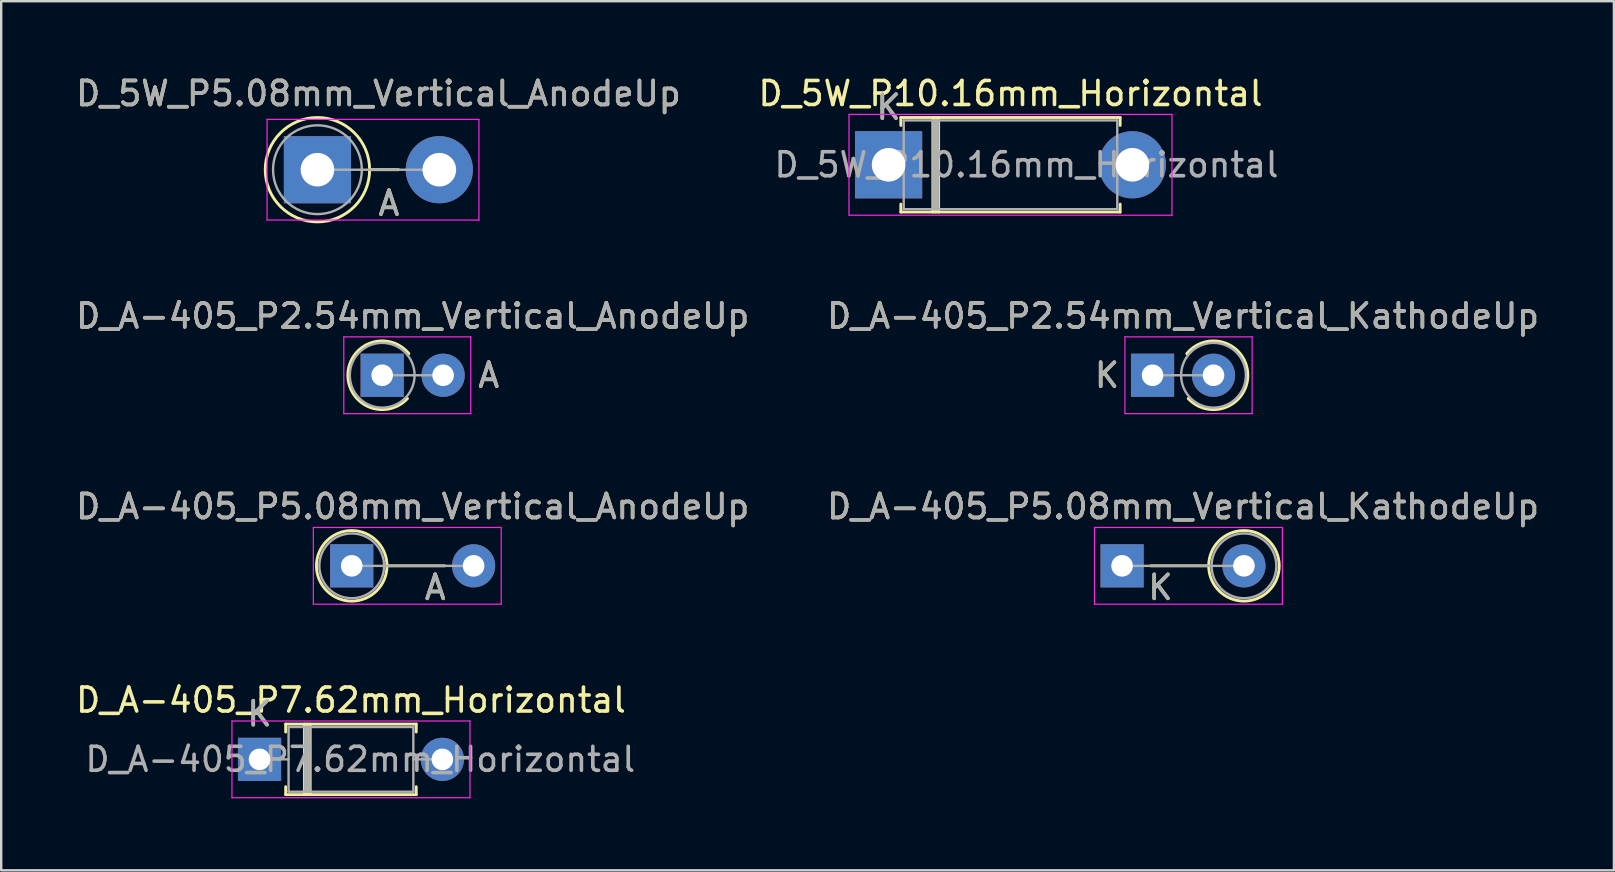
<source format=kicad_pcb>
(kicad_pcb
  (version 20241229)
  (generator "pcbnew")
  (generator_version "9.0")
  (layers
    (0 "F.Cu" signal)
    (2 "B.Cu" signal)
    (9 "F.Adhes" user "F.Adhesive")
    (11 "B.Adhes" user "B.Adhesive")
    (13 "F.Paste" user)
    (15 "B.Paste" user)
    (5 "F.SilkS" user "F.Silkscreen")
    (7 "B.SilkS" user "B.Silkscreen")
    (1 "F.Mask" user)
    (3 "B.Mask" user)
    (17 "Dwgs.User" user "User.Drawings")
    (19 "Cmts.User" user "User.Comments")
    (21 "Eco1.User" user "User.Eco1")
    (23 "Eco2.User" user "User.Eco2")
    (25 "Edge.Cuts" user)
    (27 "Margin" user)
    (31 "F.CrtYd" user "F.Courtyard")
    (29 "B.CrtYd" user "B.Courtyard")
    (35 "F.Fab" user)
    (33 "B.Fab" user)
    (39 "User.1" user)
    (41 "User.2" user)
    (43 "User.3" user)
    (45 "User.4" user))
  (footprint "D_A-405_P2.54mm_Vertical_AnodeUp"
    (layer "F.Cu")
    (at 12.879 12.59)
    (property "Reference" "D_A-405_P2.54mm_Vertical_AnodeUp" (at 1.27 -2.47 0) (layer "F.SilkS") (effects (font (size 1 1) (thickness 0.15))))
    (attr through_hole)
    (fp_arc (start 1.05385 0.968866) (mid -1.430816 -0.045469) (end 1.113239 -0.9) (stroke (width 0.12) (type solid)) (layer "F.SilkS"))
    (fp_line (start -1.6 -1.6) (end -1.6 1.6) (stroke (width 0.05) (type solid)) (layer "F.CrtYd"))
    (fp_line (start -1.6 1.6) (end 3.69 1.6) (stroke (width 0.05) (type solid)) (layer "F.CrtYd"))
    (fp_line (start 3.69 -1.6) (end -1.6 -1.6) (stroke (width 0.05) (type solid)) (layer "F.CrtYd"))
    (fp_line (start 3.69 1.6) (end 3.69 -1.6) (stroke (width 0.05) (type solid)) (layer "F.CrtYd"))
    (fp_line (start 0 0) (end 2.54 0) (stroke (width 0.1) (type solid)) (layer "F.Fab"))
    (fp_circle (center 0 0) (end 1.35 0) (stroke (width 0.1) (type solid)) (fill no) (layer "F.Fab"))
    (fp_text user "A" (at 4.44 0 0) (layer "F.SilkS") (effects (font (size 1 1) (thickness 0.15))))
    (fp_text user "A" (at 4.44 0 0) (layer "F.Fab") (effects (font (size 1 1) (thickness 0.15))))
    (fp_text user "${REFERENCE}" (at 1.27 -2.47 0) (layer "F.Fab") (effects (font (size 1 1) (thickness 0.15))))
    (pad "1" thru_hole rect (at 0 0) (size 1.8 1.8) (drill 0.9) (layers "*.Cu" "*.Mask"))
    (pad "2" thru_hole oval (at 2.54 0) (size 1.8 1.8) (drill 0.9) (layers "*.Cu" "*.Mask")))
  (footprint "D_A-405_P2.54mm_Vertical_KathodeUp"
    (layer "F.Cu")
    (at 44.986 12.59)
    (property "Reference" "D_A-405_P2.54mm_Vertical_KathodeUp" (at 1.27 -2.47 0) (layer "F.SilkS") (effects (font (size 1 1) (thickness 0.15))))
    (attr through_hole)
    (fp_arc (start 1.426761 -0.9) (mid 3.970816 -0.045469) (end 1.48615 0.968866) (stroke (width 0.12) (type solid)) (layer "F.SilkS"))
    (fp_line (start -1.15 -1.6) (end -1.15 1.6) (stroke (width 0.05) (type solid)) (layer "F.CrtYd"))
    (fp_line (start -1.15 1.6) (end 4.15 1.6) (stroke (width 0.05) (type solid)) (layer "F.CrtYd"))
    (fp_line (start 4.15 -1.6) (end -1.15 -1.6) (stroke (width 0.05) (type solid)) (layer "F.CrtYd"))
    (fp_line (start 4.15 1.6) (end 4.15 -1.6) (stroke (width 0.05) (type solid)) (layer "F.CrtYd"))
    (fp_line (start 0 0) (end 2.54 0) (stroke (width 0.1) (type solid)) (layer "F.Fab"))
    (fp_circle (center 2.54 0) (end 3.89 0) (stroke (width 0.1) (type solid)) (fill no) (layer "F.Fab"))
    (fp_text user "K" (at -1.9 0 0) (layer "F.SilkS") (effects (font (size 1 1) (thickness 0.15))))
    (fp_text user "K" (at -1.9 0 0) (layer "F.Fab") (effects (font (size 1 1) (thickness 0.15))))
    (fp_text user "${REFERENCE}" (at 1.27 -2.47 0) (layer "F.Fab") (effects (font (size 1 1) (thickness 0.15))))
    (pad "1" thru_hole rect (at 0 0) (size 1.8 1.8) (drill 0.9) (layers "*.Cu" "*.Mask"))
    (pad "2" thru_hole oval (at 2.54 0) (size 1.8 1.8) (drill 0.9) (layers "*.Cu" "*.Mask")))
  (footprint "D_5W_P10.16mm_Horizontal"
    (layer "F.Cu")
    (at 33.985 3.818)
    (property "Reference" "D_5W_P10.16mm_Horizontal" (at 5.08 -2.97 0) (layer "F.SilkS") (effects (font (size 1 1) (thickness 0.15))))
    (attr through_hole)
    (fp_line (start 0.51 -1.97) (end 9.65 -1.97) (stroke (width 0.12) (type solid)) (layer "F.SilkS"))
    (fp_line (start 0.51 -1.64) (end 0.51 -1.97) (stroke (width 0.12) (type solid)) (layer "F.SilkS"))
    (fp_line (start 0.51 1.64) (end 0.51 1.97) (stroke (width 0.12) (type solid)) (layer "F.SilkS"))
    (fp_line (start 0.51 1.97) (end 9.65 1.97) (stroke (width 0.12) (type solid)) (layer "F.SilkS"))
    (fp_line (start 1.845 -1.97) (end 1.845 1.97) (stroke (width 0.12) (type solid)) (layer "F.SilkS"))
    (fp_line (start 1.965 -1.97) (end 1.965 1.97) (stroke (width 0.12) (type solid)) (layer "F.SilkS"))
    (fp_line (start 2.085 -1.97) (end 2.085 1.97) (stroke (width 0.12) (type solid)) (layer "F.SilkS"))
    (fp_line (start 9.65 -1.97) (end 9.65 -1.64) (stroke (width 0.12) (type solid)) (layer "F.SilkS"))
    (fp_line (start 9.65 1.97) (end 9.65 1.64) (stroke (width 0.12) (type solid)) (layer "F.SilkS"))
    (fp_line (start -1.65 -2.1) (end -1.65 2.1) (stroke (width 0.05) (type solid)) (layer "F.CrtYd"))
    (fp_line (start -1.65 2.1) (end 11.81 2.1) (stroke (width 0.05) (type solid)) (layer "F.CrtYd"))
    (fp_line (start 11.81 -2.1) (end -1.65 -2.1) (stroke (width 0.05) (type solid)) (layer "F.CrtYd"))
    (fp_line (start 11.81 2.1) (end 11.81 -2.1) (stroke (width 0.05) (type solid)) (layer "F.CrtYd"))
    (fp_line (start 0 0) (end 0.63 0) (stroke (width 0.1) (type solid)) (layer "F.Fab"))
    (fp_line (start 0.63 -1.85) (end 0.63 1.85) (stroke (width 0.1) (type solid)) (layer "F.Fab"))
    (fp_line (start 0.63 1.85) (end 9.53 1.85) (stroke (width 0.1) (type solid)) (layer "F.Fab"))
    (fp_line (start 1.865 -1.85) (end 1.865 1.85) (stroke (width 0.1) (type solid)) (layer "F.Fab"))
    (fp_line (start 1.965 -1.85) (end 1.965 1.85) (stroke (width 0.1) (type solid)) (layer "F.Fab"))
    (fp_line (start 2.065 -1.85) (end 2.065 1.85) (stroke (width 0.1) (type solid)) (layer "F.Fab"))
    (fp_line (start 9.53 -1.85) (end 0.63 -1.85) (stroke (width 0.1) (type solid)) (layer "F.Fab"))
    (fp_line (start 9.53 1.85) (end 9.53 -1.85) (stroke (width 0.1) (type solid)) (layer "F.Fab"))
    (fp_line (start 10.16 0) (end 9.53 0) (stroke (width 0.1) (type solid)) (layer "F.Fab"))
    (fp_text user "K" (at 0 -2.4 0) (layer "F.SilkS") (effects (font (size 1 1) (thickness 0.15))))
    (fp_text user "K" (at 0 -2.4 0) (layer "F.Fab") (effects (font (size 1 1) (thickness 0.15))))
    (fp_text user "${REFERENCE}" (at 5.747 0 0) (layer "F.Fab") (effects (font (size 1 1) (thickness 0.15))))
    (pad "1" thru_hole rect (at 0 0) (size 2.8 2.8) (drill 1.4) (layers "*.Cu" "*.Mask"))
    (pad "2" thru_hole oval (at 10.16 0) (size 2.8 2.8) (drill 1.4) (layers "*.Cu" "*.Mask")))
  (footprint "D_5W_P5.08mm_Vertical_AnodeUp"
    (layer "F.Cu")
    (at 10.18 4.023)
    (property "Reference" "D_5W_P5.08mm_Vertical_AnodeUp" (at 2.54 -3.175 0) (layer "F.SilkS") (effects (font (size 1 1) (thickness 0.15))))
    (attr through_hole)
    (fp_line (start 2.175 0) (end 3.38 0) (stroke (width 0.12) (type solid)) (layer "F.SilkS"))
    (fp_circle (center 0 0) (end 2.175 0) (stroke (width 0.12) (type solid)) (fill no) (layer "F.SilkS"))
    (fp_line (start -2.1 -2.1) (end -2.1 2.1) (stroke (width 0.05) (type solid)) (layer "F.CrtYd"))
    (fp_line (start -2.1 2.1) (end 6.73 2.1) (stroke (width 0.05) (type solid)) (layer "F.CrtYd"))
    (fp_line (start 6.73 -2.1) (end -2.1 -2.1) (stroke (width 0.05) (type solid)) (layer "F.CrtYd"))
    (fp_line (start 6.73 2.1) (end 6.73 -2.1) (stroke (width 0.05) (type solid)) (layer "F.CrtYd"))
    (fp_line (start 0 0) (end 5.08 0) (stroke (width 0.1) (type solid)) (layer "F.Fab"))
    (fp_circle (center 0 0) (end 1.85 0) (stroke (width 0.1) (type solid)) (fill no) (layer "F.Fab"))
    (fp_text user "A" (at 2.98 1.4 0) (layer "F.SilkS") (effects (font (size 1 1) (thickness 0.15))))
    (fp_text user "${REFERENCE}" (at 2.54 -3.175 0) (layer "F.Fab") (effects (font (size 1 1) (thickness 0.15))))
    (fp_text user "A" (at 2.98 1.4 0) (layer "F.Fab") (effects (font (size 1 1) (thickness 0.15))))
    (pad "1" thru_hole rect (at 0 0) (size 2.8 2.8) (drill 1.4) (layers "*.Cu" "*.Mask"))
    (pad "2" thru_hole oval (at 5.08 0) (size 2.8 2.8) (drill 1.4) (layers "*.Cu" "*.Mask")))
  (footprint "D_A-405_P5.08mm_Vertical_KathodeUp"
    (layer "F.Cu")
    (at 43.716 20.533)
    (property "Reference" "D_A-405_P5.08mm_Vertical_KathodeUp" (at 2.54 -2.47 0) (layer "F.SilkS") (effects (font (size 1 1) (thickness 0.15))))
    (attr through_hole)
    (fp_line (start 3.61 0) (end 1.2 0) (stroke (width 0.12) (type solid)) (layer "F.SilkS"))
    (fp_circle (center 5.08 0) (end 6.55 0) (stroke (width 0.12) (type solid)) (fill no) (layer "F.SilkS"))
    (fp_line (start -1.15 -1.6) (end -1.15 1.6) (stroke (width 0.05) (type solid)) (layer "F.CrtYd"))
    (fp_line (start -1.15 1.6) (end 6.68 1.6) (stroke (width 0.05) (type solid)) (layer "F.CrtYd"))
    (fp_line (start 6.68 -1.6) (end -1.15 -1.6) (stroke (width 0.05) (type solid)) (layer "F.CrtYd"))
    (fp_line (start 6.68 1.6) (end 6.68 -1.6) (stroke (width 0.05) (type solid)) (layer "F.CrtYd"))
    (fp_line (start 0 0) (end 5.08 0) (stroke (width 0.1) (type solid)) (layer "F.Fab"))
    (fp_circle (center 5.08 0) (end 6.43 0) (stroke (width 0.1) (type solid)) (fill no) (layer "F.Fab"))
    (fp_text user "K" (at 1.6 0.9 0) (layer "F.SilkS") (effects (font (size 1 1) (thickness 0.15))))
    (fp_text user "K" (at 1.6 0.9 0) (layer "F.Fab") (effects (font (size 1 1) (thickness 0.15))))
    (fp_text user "${REFERENCE}" (at 2.54 -2.47 0) (layer "F.Fab") (effects (font (size 1 1) (thickness 0.15))))
    (pad "1" thru_hole rect (at 0 0) (size 1.8 1.8) (drill 0.9) (layers "*.Cu" "*.Mask"))
    (pad "2" thru_hole oval (at 5.08 0) (size 1.8 1.8) (drill 0.9) (layers "*.Cu" "*.Mask")))
  (footprint "D_A-405_P7.62mm_Horizontal"
    (layer "F.Cu")
    (at 7.767 28.599)
    (property "Reference" "D_A-405_P7.62mm_Horizontal" (at 3.81 -2.47 0) (layer "F.SilkS") (effects (font (size 1 1) (thickness 0.15))))
    (attr through_hole)
    (fp_line (start 1.09 -1.47) (end 6.53 -1.47) (stroke (width 0.12) (type solid)) (layer "F.SilkS"))
    (fp_line (start 1.09 -1.14) (end 1.09 -1.47) (stroke (width 0.12) (type solid)) (layer "F.SilkS"))
    (fp_line (start 1.09 1.14) (end 1.09 1.47) (stroke (width 0.12) (type solid)) (layer "F.SilkS"))
    (fp_line (start 1.09 1.47) (end 6.53 1.47) (stroke (width 0.12) (type solid)) (layer "F.SilkS"))
    (fp_line (start 1.87 -1.47) (end 1.87 1.47) (stroke (width 0.12) (type solid)) (layer "F.SilkS"))
    (fp_line (start 1.99 -1.47) (end 1.99 1.47) (stroke (width 0.12) (type solid)) (layer "F.SilkS"))
    (fp_line (start 2.11 -1.47) (end 2.11 1.47) (stroke (width 0.12) (type solid)) (layer "F.SilkS"))
    (fp_line (start 6.53 -1.47) (end 6.53 -1.14) (stroke (width 0.12) (type solid)) (layer "F.SilkS"))
    (fp_line (start 6.53 1.47) (end 6.53 1.14) (stroke (width 0.12) (type solid)) (layer "F.SilkS"))
    (fp_line (start -1.15 -1.6) (end -1.15 1.6) (stroke (width 0.05) (type solid)) (layer "F.CrtYd"))
    (fp_line (start -1.15 1.6) (end 8.77 1.6) (stroke (width 0.05) (type solid)) (layer "F.CrtYd"))
    (fp_line (start 8.77 -1.6) (end -1.15 -1.6) (stroke (width 0.05) (type solid)) (layer "F.CrtYd"))
    (fp_line (start 8.77 1.6) (end 8.77 -1.6) (stroke (width 0.05) (type solid)) (layer "F.CrtYd"))
    (fp_line (start 0 0) (end 1.21 0) (stroke (width 0.1) (type solid)) (layer "F.Fab"))
    (fp_line (start 1.21 -1.35) (end 1.21 1.35) (stroke (width 0.1) (type solid)) (layer "F.Fab"))
    (fp_line (start 1.21 1.35) (end 6.41 1.35) (stroke (width 0.1) (type solid)) (layer "F.Fab"))
    (fp_line (start 1.89 -1.35) (end 1.89 1.35) (stroke (width 0.1) (type solid)) (layer "F.Fab"))
    (fp_line (start 1.99 -1.35) (end 1.99 1.35) (stroke (width 0.1) (type solid)) (layer "F.Fab"))
    (fp_line (start 2.09 -1.35) (end 2.09 1.35) (stroke (width 0.1) (type solid)) (layer "F.Fab"))
    (fp_line (start 6.41 -1.35) (end 1.21 -1.35) (stroke (width 0.1) (type solid)) (layer "F.Fab"))
    (fp_line (start 6.41 1.35) (end 6.41 -1.35) (stroke (width 0.1) (type solid)) (layer "F.Fab"))
    (fp_line (start 7.62 0) (end 6.41 0) (stroke (width 0.1) (type solid)) (layer "F.Fab"))
    (fp_text user "K" (at 0 -1.9 0) (layer "F.SilkS") (effects (font (size 1 1) (thickness 0.15))))
    (fp_text user "${REFERENCE}" (at 4.2 0 0) (layer "F.Fab") (effects (font (size 1 1) (thickness 0.15))))
    (fp_text user "K" (at 0 -1.9 0) (layer "F.Fab") (effects (font (size 1 1) (thickness 0.15))))
    (pad "1" thru_hole rect (at 0 0) (size 1.8 1.8) (drill 0.9) (layers "*.Cu" "*.Mask"))
    (pad "2" thru_hole oval (at 7.62 0) (size 1.8 1.8) (drill 0.9) (layers "*.Cu" "*.Mask")))
  (footprint "D_A-405_P5.08mm_Vertical_AnodeUp"
    (layer "F.Cu")
    (at 11.609 20.533)
    (property "Reference" "D_A-405_P5.08mm_Vertical_AnodeUp" (at 2.54 -2.47 0) (layer "F.SilkS") (effects (font (size 1 1) (thickness 0.15))))
    (attr through_hole)
    (fp_line (start 1.47 0) (end 3.88 0) (stroke (width 0.12) (type solid)) (layer "F.SilkS"))
    (fp_circle (center 0 0) (end 1.47 0) (stroke (width 0.12) (type solid)) (fill no) (layer "F.SilkS"))
    (fp_line (start -1.6 -1.6) (end -1.6 1.6) (stroke (width 0.05) (type solid)) (layer "F.CrtYd"))
    (fp_line (start -1.6 1.6) (end 6.23 1.6) (stroke (width 0.05) (type solid)) (layer "F.CrtYd"))
    (fp_line (start 6.23 -1.6) (end -1.6 -1.6) (stroke (width 0.05) (type solid)) (layer "F.CrtYd"))
    (fp_line (start 6.23 1.6) (end 6.23 -1.6) (stroke (width 0.05) (type solid)) (layer "F.CrtYd"))
    (fp_line (start 0 0) (end 5.08 0) (stroke (width 0.1) (type solid)) (layer "F.Fab"))
    (fp_circle (center 0 0) (end 1.35 0) (stroke (width 0.1) (type solid)) (fill no) (layer "F.Fab"))
    (fp_text user "A" (at 3.48 0.9 0) (layer "F.SilkS") (effects (font (size 1 1) (thickness 0.15))))
    (fp_text user "${REFERENCE}" (at 2.54 -2.47 0) (layer "F.Fab") (effects (font (size 1 1) (thickness 0.15))))
    (fp_text user "A" (at 3.48 0.9 0) (layer "F.Fab") (effects (font (size 1 1) (thickness 0.15))))
    (pad "1" thru_hole rect (at 0 0) (size 1.8 1.8) (drill 0.9) (layers "*.Cu" "*.Mask"))
    (pad "2" thru_hole oval (at 5.08 0) (size 1.8 1.8) (drill 0.9) (layers "*.Cu" "*.Mask")))
  (gr_rect
    (start -3 -3)
    (end 64.214 33.224)
    (stroke (width 0.1) (type default))
    (fill no)
    (layer "Edge.Cuts")))
</source>
